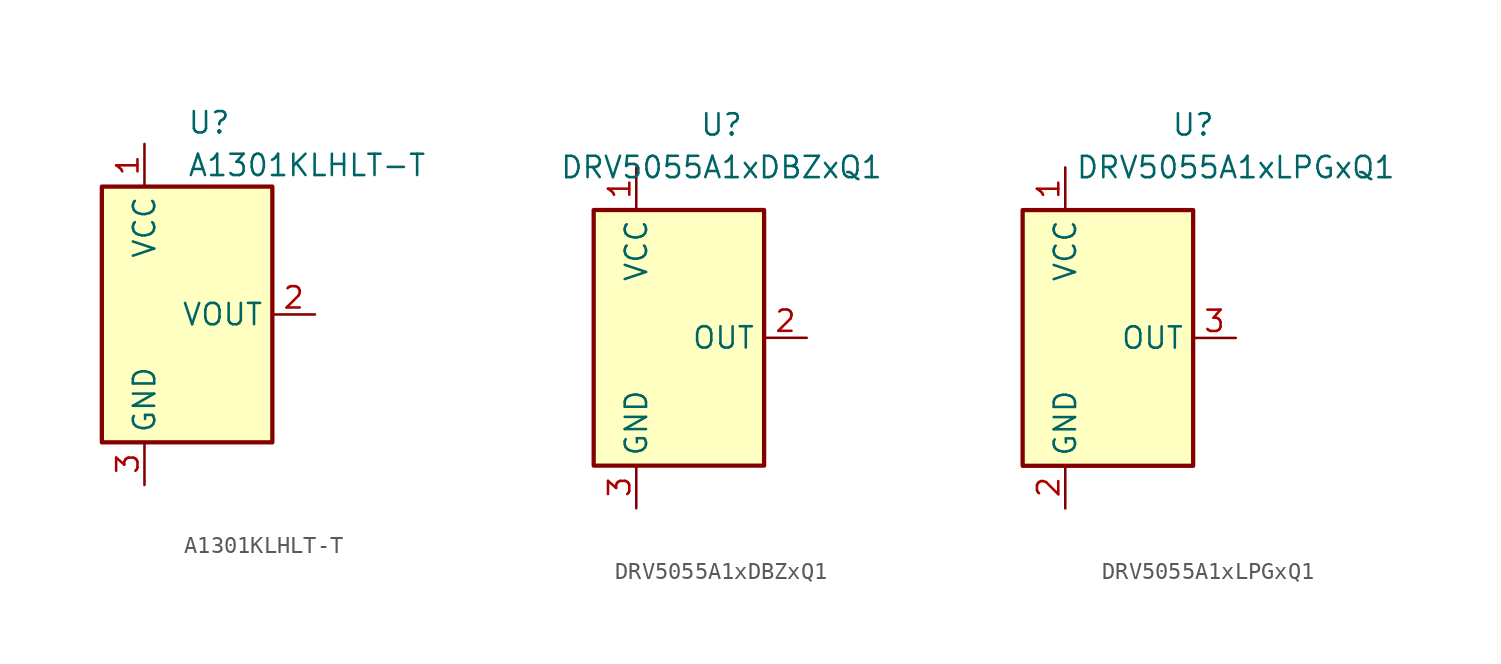
<source format=kicad_sym>
(kicad_symbol_lib
  (version 20201005)
  (generator kicad_symbol_editor)
  (symbol "Sensor_Magnetic:A1301KLHLT-T"
    (property "Reference" "U"
      (at 0 11.43 0)
      (effects (font (size 1.27 1.27)) (justify left)))
    (property "Value" "A1301KLHLT-T"
      (at 0 8.89 0)
      (effects (font (size 1.27 1.27)) (justify left)))
    (symbol "A1301KLHLT-T_0_1"
      (rectangle (start -5.08 7.62) (end 5.08 -7.62) (stroke (width 0.254)) (fill (type background))))
    (symbol "A1301KLHLT-T_1_1"
      (pin power_in line (at -2.54 10.16 270) (length 2.54) (name "VCC" (effects (font (size 1.27 1.27)))) (number "1" (effects (font (size 1.27 1.27)))))
      (pin output line (at 7.62 0 180) (length 2.54) (name "VOUT" (effects (font (size 1.27 1.27)))) (number "2" (effects (font (size 1.27 1.27)))))
      (pin power_in line (at -2.54 -10.16 90) (length 2.54) (name "GND" (effects (font (size 1.27 1.27)))) (number "3" (effects (font (size 1.27 1.27)))))))
  (symbol "Sensor_Magnetic:DRV5055A1xDBZxQ1"
    (property "Reference" "U"
      (at 2.54 12.7 0)
      (effects (font (size 1.27 1.27))))
    (property "Value" "DRV5055A1xDBZxQ1"
      (at 2.54 10.16 0)
      (effects (font (size 1.27 1.27))))
    (symbol "DRV5055A1xDBZxQ1_1_1"
      (rectangle (start -5.08 7.62) (end 5.08 -7.62) (stroke (width 0.254)) (fill (type background)))
      (pin power_in line (at -2.54 10.16 270) (length 2.54) (name "VCC" (effects (font (size 1.27 1.27)))) (number "1" (effects (font (size 1.27 1.27)))))
      (pin output line (at 7.62 0 180) (length 2.54) (name "OUT" (effects (font (size 1.27 1.27)))) (number "2" (effects (font (size 1.27 1.27)))))
      (pin power_in line (at -2.54 -10.16 90) (length 2.54) (name "GND" (effects (font (size 1.27 1.27)))) (number "3" (effects (font (size 1.27 1.27)))))))
  (symbol "Sensor_Magnetic:DRV5055A1xLPGxQ1"
    (property "Reference" "U"
      (at 5.08 12.7 0)
      (effects (font (size 1.27 1.27))))
    (property "Value" "DRV5055A1xLPGxQ1"
      (at 7.62 10.16 0)
      (effects (font (size 1.27 1.27))))
    (symbol "DRV5055A1xLPGxQ1_1_1"
      (rectangle (start -5.08 7.62) (end 5.08 -7.62) (stroke (width 0.254)) (fill (type background)))
      (pin power_in line (at -2.54 10.16 270) (length 2.54) (name "VCC" (effects (font (size 1.27 1.27)))) (number "1" (effects (font (size 1.27 1.27)))))
      (pin power_in line (at -2.54 -10.16 90) (length 2.54) (name "GND" (effects (font (size 1.27 1.27)))) (number "2" (effects (font (size 1.27 1.27)))))
      (pin output line (at 7.62 0 180) (length 2.54) (name "OUT" (effects (font (size 1.27 1.27)))) (number "3" (effects (font (size 1.27 1.27))))))))
</source>
